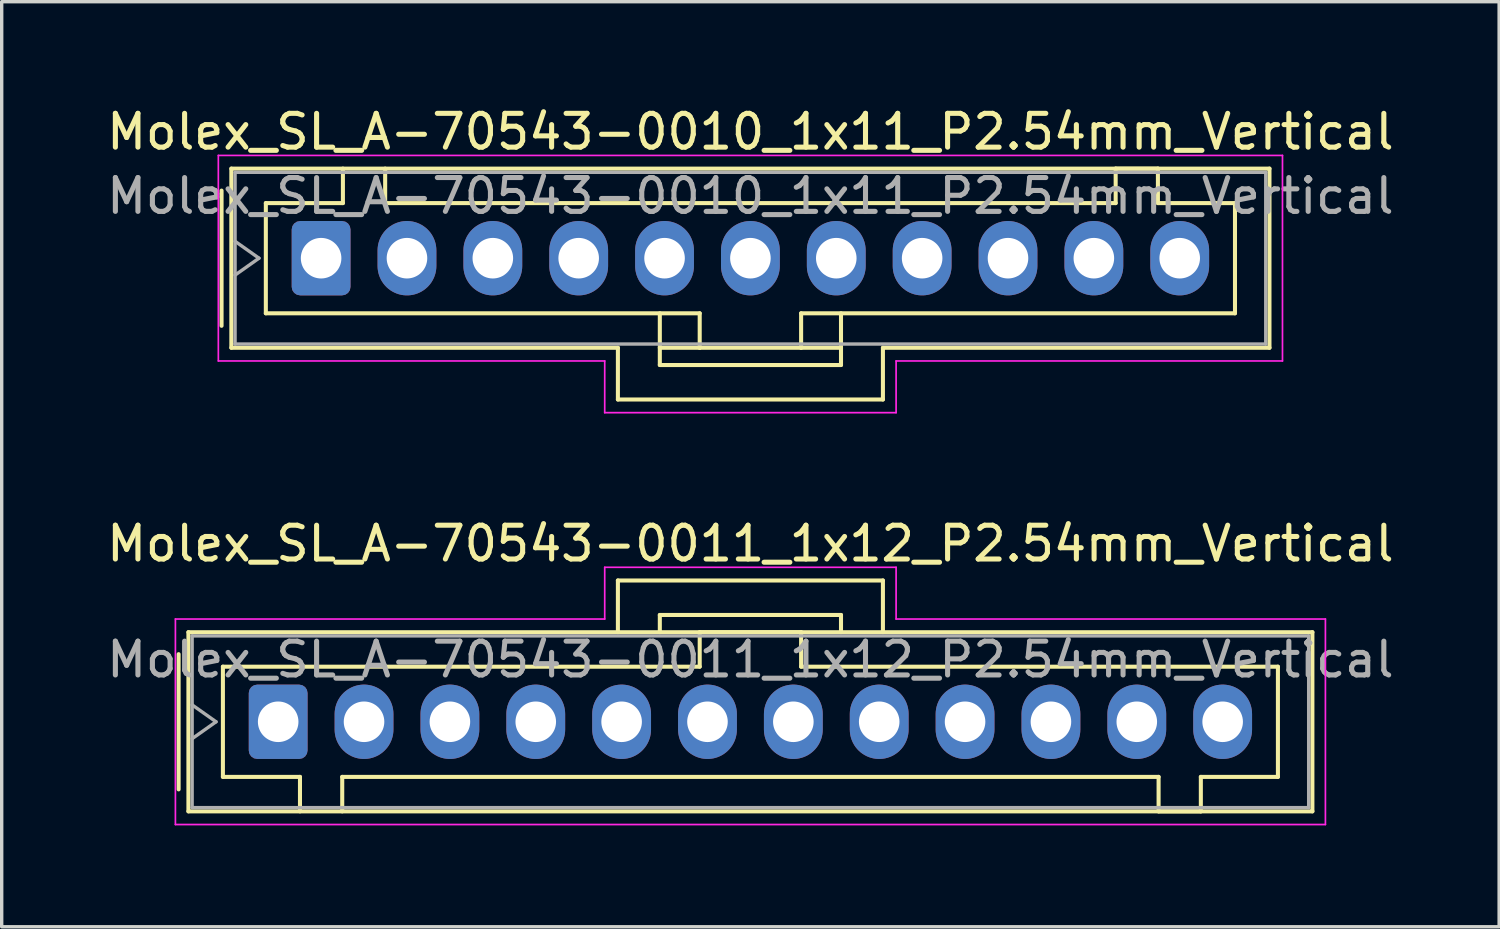
<source format=kicad_pcb>
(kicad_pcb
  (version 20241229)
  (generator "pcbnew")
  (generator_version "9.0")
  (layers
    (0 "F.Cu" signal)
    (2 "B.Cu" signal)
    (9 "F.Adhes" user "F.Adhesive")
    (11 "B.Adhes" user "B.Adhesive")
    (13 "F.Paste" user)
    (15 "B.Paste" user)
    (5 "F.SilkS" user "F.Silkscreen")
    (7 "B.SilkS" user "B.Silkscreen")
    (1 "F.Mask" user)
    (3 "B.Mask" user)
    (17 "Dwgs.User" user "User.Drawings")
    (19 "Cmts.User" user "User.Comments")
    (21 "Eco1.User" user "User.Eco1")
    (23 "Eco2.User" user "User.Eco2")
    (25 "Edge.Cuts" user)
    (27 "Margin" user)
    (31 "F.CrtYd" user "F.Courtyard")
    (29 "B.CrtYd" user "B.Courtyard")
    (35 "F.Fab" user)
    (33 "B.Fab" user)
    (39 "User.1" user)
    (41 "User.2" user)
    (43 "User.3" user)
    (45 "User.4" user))
  (footprint "Molex_SL_A-70543-0011_1x12_P2.54mm_Vertical"
    (layer "F.Cu")
    (at 5.179 18.302)
    (property "Reference" "Molex_SL_A-70543-0011_1x12_P2.54mm_Vertical" (at 13.97 -5.27 0) (layer "F.SilkS") (effects (font (size 1 1) (thickness 0.15))))
    (attr through_hole)
    (fp_line (start -2.945 -2) (end -2.945 2) (stroke (width 0.12) (type solid)) (layer "F.SilkS"))
    (fp_line (start -2.655 -2.65) (end -2.655 2.65) (stroke (width 0.12) (type solid)) (layer "F.SilkS"))
    (fp_line (start -2.655 2.65) (end 30.595 2.65) (stroke (width 0.12) (type solid)) (layer "F.SilkS"))
    (fp_line (start -1.635 -1.63) (end 12.47 -1.63) (stroke (width 0.12) (type solid)) (layer "F.SilkS"))
    (fp_line (start -1.635 1.63) (end -1.635 -1.63) (stroke (width 0.12) (type solid)) (layer "F.SilkS"))
    (fp_line (start 0.645 1.63) (end -1.635 1.63) (stroke (width 0.12) (type solid)) (layer "F.SilkS"))
    (fp_line (start 0.645 2.65) (end 0.645 1.63) (stroke (width 0.12) (type solid)) (layer "F.SilkS"))
    (fp_line (start 1.895 1.63) (end 1.895 2.65) (stroke (width 0.12) (type solid)) (layer "F.SilkS"))
    (fp_line (start 10.05 -4.18) (end 17.89 -4.18) (stroke (width 0.12) (type solid)) (layer "F.SilkS"))
    (fp_line (start 10.05 -2.65) (end 10.05 -4.18) (stroke (width 0.12) (type solid)) (layer "F.SilkS"))
    (fp_line (start 11.29 -3.16) (end 16.65 -3.16) (stroke (width 0.12) (type solid)) (layer "F.SilkS"))
    (fp_line (start 11.29 -2.65) (end 11.29 -3.16) (stroke (width 0.12) (type solid)) (layer "F.SilkS"))
    (fp_line (start 12.47 -2.65) (end 15.47 -2.65) (stroke (width 0.12) (type solid)) (layer "F.SilkS"))
    (fp_line (start 12.47 -1.63) (end 12.47 -2.65) (stroke (width 0.12) (type solid)) (layer "F.SilkS"))
    (fp_line (start 15.47 -2.65) (end 15.47 -1.63) (stroke (width 0.12) (type solid)) (layer "F.SilkS"))
    (fp_line (start 15.47 -1.63) (end 29.575 -1.63) (stroke (width 0.12) (type solid)) (layer "F.SilkS"))
    (fp_line (start 16.65 -3.16) (end 16.65 -2.65) (stroke (width 0.12) (type solid)) (layer "F.SilkS"))
    (fp_line (start 17.89 -4.18) (end 17.89 -2.65) (stroke (width 0.12) (type solid)) (layer "F.SilkS"))
    (fp_line (start 26.045 1.63) (end 1.895 1.63) (stroke (width 0.12) (type solid)) (layer "F.SilkS"))
    (fp_line (start 26.045 2.65) (end 26.045 1.63) (stroke (width 0.12) (type solid)) (layer "F.SilkS"))
    (fp_line (start 27.295 1.63) (end 27.295 2.65) (stroke (width 0.12) (type solid)) (layer "F.SilkS"))
    (fp_line (start 27.295 2.65) (end 26.045 2.65) (stroke (width 0.12) (type solid)) (layer "F.SilkS"))
    (fp_line (start 29.575 -1.63) (end 29.575 1.63) (stroke (width 0.12) (type solid)) (layer "F.SilkS"))
    (fp_line (start 29.575 1.63) (end 27.295 1.63) (stroke (width 0.12) (type solid)) (layer "F.SilkS"))
    (fp_line (start 30.595 -2.65) (end -2.655 -2.65) (stroke (width 0.12) (type solid)) (layer "F.SilkS"))
    (fp_line (start 30.595 2.65) (end 30.595 -2.65) (stroke (width 0.12) (type solid)) (layer "F.SilkS"))
    (fp_line (start -3.04 -3.04) (end 9.66 -3.04) (stroke (width 0.05) (type solid)) (layer "F.CrtYd"))
    (fp_line (start -3.04 3.04) (end -3.04 -3.04) (stroke (width 0.05) (type solid)) (layer "F.CrtYd"))
    (fp_line (start 9.66 -4.57) (end 18.28 -4.57) (stroke (width 0.05) (type solid)) (layer "F.CrtYd"))
    (fp_line (start 9.66 -3.04) (end 9.66 -4.57) (stroke (width 0.05) (type solid)) (layer "F.CrtYd"))
    (fp_line (start 18.28 -4.57) (end 18.28 -3.04) (stroke (width 0.05) (type solid)) (layer "F.CrtYd"))
    (fp_line (start 18.28 -3.04) (end 30.98 -3.04) (stroke (width 0.05) (type solid)) (layer "F.CrtYd"))
    (fp_line (start 30.98 -3.04) (end 30.98 3.04) (stroke (width 0.05) (type solid)) (layer "F.CrtYd"))
    (fp_line (start 30.98 3.04) (end -3.04 3.04) (stroke (width 0.05) (type solid)) (layer "F.CrtYd"))
    (fp_line (start -2.545 -2.54) (end -2.545 2.54) (stroke (width 0.1) (type solid)) (layer "F.Fab"))
    (fp_line (start -2.545 -0.5) (end -1.838 0) (stroke (width 0.1) (type solid)) (layer "F.Fab"))
    (fp_line (start -2.545 2.54) (end 30.485 2.54) (stroke (width 0.1) (type solid)) (layer "F.Fab"))
    (fp_line (start -1.838 0) (end -2.545 0.5) (stroke (width 0.1) (type solid)) (layer "F.Fab"))
    (fp_line (start 30.485 -2.54) (end -2.545 -2.54) (stroke (width 0.1) (type solid)) (layer "F.Fab"))
    (fp_line (start 30.485 2.54) (end 30.485 -2.54) (stroke (width 0.1) (type solid)) (layer "F.Fab"))
    (fp_text user "${REFERENCE}" (at 13.97 -1.84 0) (layer "F.Fab") (effects (font (size 1 1) (thickness 0.15))))
    (pad "1" thru_hole roundrect (at 0 0) (size 1.74 2.2) (drill 1.2) (layers "*.Cu" "*.Mask") (roundrect_rratio 0.144))
    (pad "2" thru_hole oval (at 2.54 0) (size 1.74 2.2) (drill 1.2) (layers "*.Cu" "*.Mask"))
    (pad "3" thru_hole oval (at 5.08 0) (size 1.74 2.2) (drill 1.2) (layers "*.Cu" "*.Mask"))
    (pad "4" thru_hole oval (at 7.62 0) (size 1.74 2.2) (drill 1.2) (layers "*.Cu" "*.Mask"))
    (pad "5" thru_hole oval (at 10.16 0) (size 1.74 2.2) (drill 1.2) (layers "*.Cu" "*.Mask"))
    (pad "6" thru_hole oval (at 12.7 0) (size 1.74 2.2) (drill 1.2) (layers "*.Cu" "*.Mask"))
    (pad "7" thru_hole oval (at 15.24 0) (size 1.74 2.2) (drill 1.2) (layers "*.Cu" "*.Mask"))
    (pad "8" thru_hole oval (at 17.78 0) (size 1.74 2.2) (drill 1.2) (layers "*.Cu" "*.Mask"))
    (pad "9" thru_hole oval (at 20.32 0) (size 1.74 2.2) (drill 1.2) (layers "*.Cu" "*.Mask"))
    (pad "10" thru_hole oval (at 22.86 0) (size 1.74 2.2) (drill 1.2) (layers "*.Cu" "*.Mask"))
    (pad "11" thru_hole oval (at 25.4 0) (size 1.74 2.2) (drill 1.2) (layers "*.Cu" "*.Mask"))
    (pad "12" thru_hole oval (at 27.94 0) (size 1.74 2.2) (drill 1.2) (layers "*.Cu" "*.Mask")))
  (footprint "Molex_SL_A-70543-0010_1x11_P2.54mm_Vertical"
    (layer "F.Cu")
    (at 6.449 4.588)
    (property "Reference" "Molex_SL_A-70543-0010_1x11_P2.54mm_Vertical" (at 12.7 -3.74 0) (layer "F.SilkS") (effects (font (size 1 1) (thickness 0.15))))
    (attr through_hole)
    (fp_line (start -2.945 -2) (end -2.945 2) (stroke (width 0.12) (type solid)) (layer "F.SilkS"))
    (fp_line (start -2.655 -2.65) (end 28.055 -2.65) (stroke (width 0.12) (type solid)) (layer "F.SilkS"))
    (fp_line (start -2.655 2.65) (end -2.655 -2.65) (stroke (width 0.12) (type solid)) (layer "F.SilkS"))
    (fp_line (start -2.655 2.65) (end 8.78 2.65) (stroke (width 0.12) (type solid)) (layer "F.SilkS"))
    (fp_line (start -1.635 -1.63) (end -1.635 1.63) (stroke (width 0.12) (type solid)) (layer "F.SilkS"))
    (fp_line (start -1.635 1.63) (end 11.2 1.63) (stroke (width 0.12) (type solid)) (layer "F.SilkS"))
    (fp_line (start 0.645 -2.65) (end 0.645 -1.63) (stroke (width 0.12) (type solid)) (layer "F.SilkS"))
    (fp_line (start 0.645 -1.63) (end -1.635 -1.63) (stroke (width 0.12) (type solid)) (layer "F.SilkS"))
    (fp_line (start 1.895 -1.63) (end 1.895 -2.65) (stroke (width 0.12) (type solid)) (layer "F.SilkS"))
    (fp_line (start 8.78 2.65) (end 8.78 4.18) (stroke (width 0.12) (type solid)) (layer "F.SilkS"))
    (fp_line (start 8.78 4.18) (end 16.62 4.18) (stroke (width 0.12) (type solid)) (layer "F.SilkS"))
    (fp_line (start 10.02 1.63) (end 10.02 3.16) (stroke (width 0.12) (type solid)) (layer "F.SilkS"))
    (fp_line (start 10.02 2.65) (end 11.2 2.65) (stroke (width 0.12) (type solid)) (layer "F.SilkS"))
    (fp_line (start 10.02 3.16) (end 15.38 3.16) (stroke (width 0.12) (type solid)) (layer "F.SilkS"))
    (fp_line (start 11.2 1.63) (end 11.2 2.65) (stroke (width 0.12) (type solid)) (layer "F.SilkS"))
    (fp_line (start 11.2 2.65) (end 14.2 2.65) (stroke (width 0.12) (type solid)) (layer "F.SilkS"))
    (fp_line (start 14.2 1.63) (end 27.035 1.63) (stroke (width 0.12) (type solid)) (layer "F.SilkS"))
    (fp_line (start 14.2 2.65) (end 14.2 1.63) (stroke (width 0.12) (type solid)) (layer "F.SilkS"))
    (fp_line (start 15.38 2.65) (end 14.2 2.65) (stroke (width 0.12) (type solid)) (layer "F.SilkS"))
    (fp_line (start 15.38 3.16) (end 15.38 1.63) (stroke (width 0.12) (type solid)) (layer "F.SilkS"))
    (fp_line (start 16.62 4.18) (end 16.62 2.65) (stroke (width 0.12) (type solid)) (layer "F.SilkS"))
    (fp_line (start 23.505 -2.65) (end 23.505 -1.63) (stroke (width 0.12) (type solid)) (layer "F.SilkS"))
    (fp_line (start 23.505 -1.63) (end 1.895 -1.63) (stroke (width 0.12) (type solid)) (layer "F.SilkS"))
    (fp_line (start 24.755 -2.65) (end 23.505 -2.65) (stroke (width 0.12) (type solid)) (layer "F.SilkS"))
    (fp_line (start 24.755 -1.63) (end 24.755 -2.65) (stroke (width 0.12) (type solid)) (layer "F.SilkS"))
    (fp_line (start 27.035 -1.63) (end 24.755 -1.63) (stroke (width 0.12) (type solid)) (layer "F.SilkS"))
    (fp_line (start 27.035 1.63) (end 27.035 -1.63) (stroke (width 0.12) (type solid)) (layer "F.SilkS"))
    (fp_line (start 28.055 -2.65) (end 28.055 2.65) (stroke (width 0.12) (type solid)) (layer "F.SilkS"))
    (fp_line (start 28.055 2.65) (end 16.62 2.65) (stroke (width 0.12) (type solid)) (layer "F.SilkS"))
    (fp_line (start -3.04 -3.04) (end -3.04 3.04) (stroke (width 0.05) (type solid)) (layer "F.CrtYd"))
    (fp_line (start -3.04 3.04) (end 8.39 3.04) (stroke (width 0.05) (type solid)) (layer "F.CrtYd"))
    (fp_line (start 8.39 3.04) (end 8.39 4.57) (stroke (width 0.05) (type solid)) (layer "F.CrtYd"))
    (fp_line (start 8.39 4.57) (end 17.01 4.57) (stroke (width 0.05) (type solid)) (layer "F.CrtYd"))
    (fp_line (start 17.01 3.04) (end 28.44 3.04) (stroke (width 0.05) (type solid)) (layer "F.CrtYd"))
    (fp_line (start 17.01 4.57) (end 17.01 3.04) (stroke (width 0.05) (type solid)) (layer "F.CrtYd"))
    (fp_line (start 28.44 -3.04) (end -3.04 -3.04) (stroke (width 0.05) (type solid)) (layer "F.CrtYd"))
    (fp_line (start 28.44 3.04) (end 28.44 -3.04) (stroke (width 0.05) (type solid)) (layer "F.CrtYd"))
    (fp_line (start -2.545 -2.54) (end -2.545 2.54) (stroke (width 0.1) (type solid)) (layer "F.Fab"))
    (fp_line (start -2.545 -0.5) (end -1.838 0) (stroke (width 0.1) (type solid)) (layer "F.Fab"))
    (fp_line (start -2.545 2.54) (end 27.945 2.54) (stroke (width 0.1) (type solid)) (layer "F.Fab"))
    (fp_line (start -1.838 0) (end -2.545 0.5) (stroke (width 0.1) (type solid)) (layer "F.Fab"))
    (fp_line (start 27.945 -2.54) (end -2.545 -2.54) (stroke (width 0.1) (type solid)) (layer "F.Fab"))
    (fp_line (start 27.945 2.54) (end 27.945 -2.54) (stroke (width 0.1) (type solid)) (layer "F.Fab"))
    (fp_text user "${REFERENCE}" (at 12.7 -1.84 0) (layer "F.Fab") (effects (font (size 1 1) (thickness 0.15))))
    (pad "1" thru_hole roundrect (at 0 0) (size 1.74 2.2) (drill 1.2) (layers "*.Cu" "*.Mask") (roundrect_rratio 0.144))
    (pad "2" thru_hole oval (at 2.54 0) (size 1.74 2.2) (drill 1.2) (layers "*.Cu" "*.Mask"))
    (pad "3" thru_hole oval (at 5.08 0) (size 1.74 2.2) (drill 1.2) (layers "*.Cu" "*.Mask"))
    (pad "4" thru_hole oval (at 7.62 0) (size 1.74 2.2) (drill 1.2) (layers "*.Cu" "*.Mask"))
    (pad "5" thru_hole oval (at 10.16 0) (size 1.74 2.2) (drill 1.2) (layers "*.Cu" "*.Mask"))
    (pad "6" thru_hole oval (at 12.7 0) (size 1.74 2.2) (drill 1.2) (layers "*.Cu" "*.Mask"))
    (pad "7" thru_hole oval (at 15.24 0) (size 1.74 2.2) (drill 1.2) (layers "*.Cu" "*.Mask"))
    (pad "8" thru_hole oval (at 17.78 0) (size 1.74 2.2) (drill 1.2) (layers "*.Cu" "*.Mask"))
    (pad "9" thru_hole oval (at 20.32 0) (size 1.74 2.2) (drill 1.2) (layers "*.Cu" "*.Mask"))
    (pad "10" thru_hole oval (at 22.86 0) (size 1.74 2.2) (drill 1.2) (layers "*.Cu" "*.Mask"))
    (pad "11" thru_hole oval (at 25.4 0) (size 1.74 2.2) (drill 1.2) (layers "*.Cu" "*.Mask")))
  (gr_rect
    (start -3 -3)
    (end 41.298 24.366)
    (stroke (width 0.1) (type default))
    (fill no)
    (layer "Edge.Cuts")))
</source>
